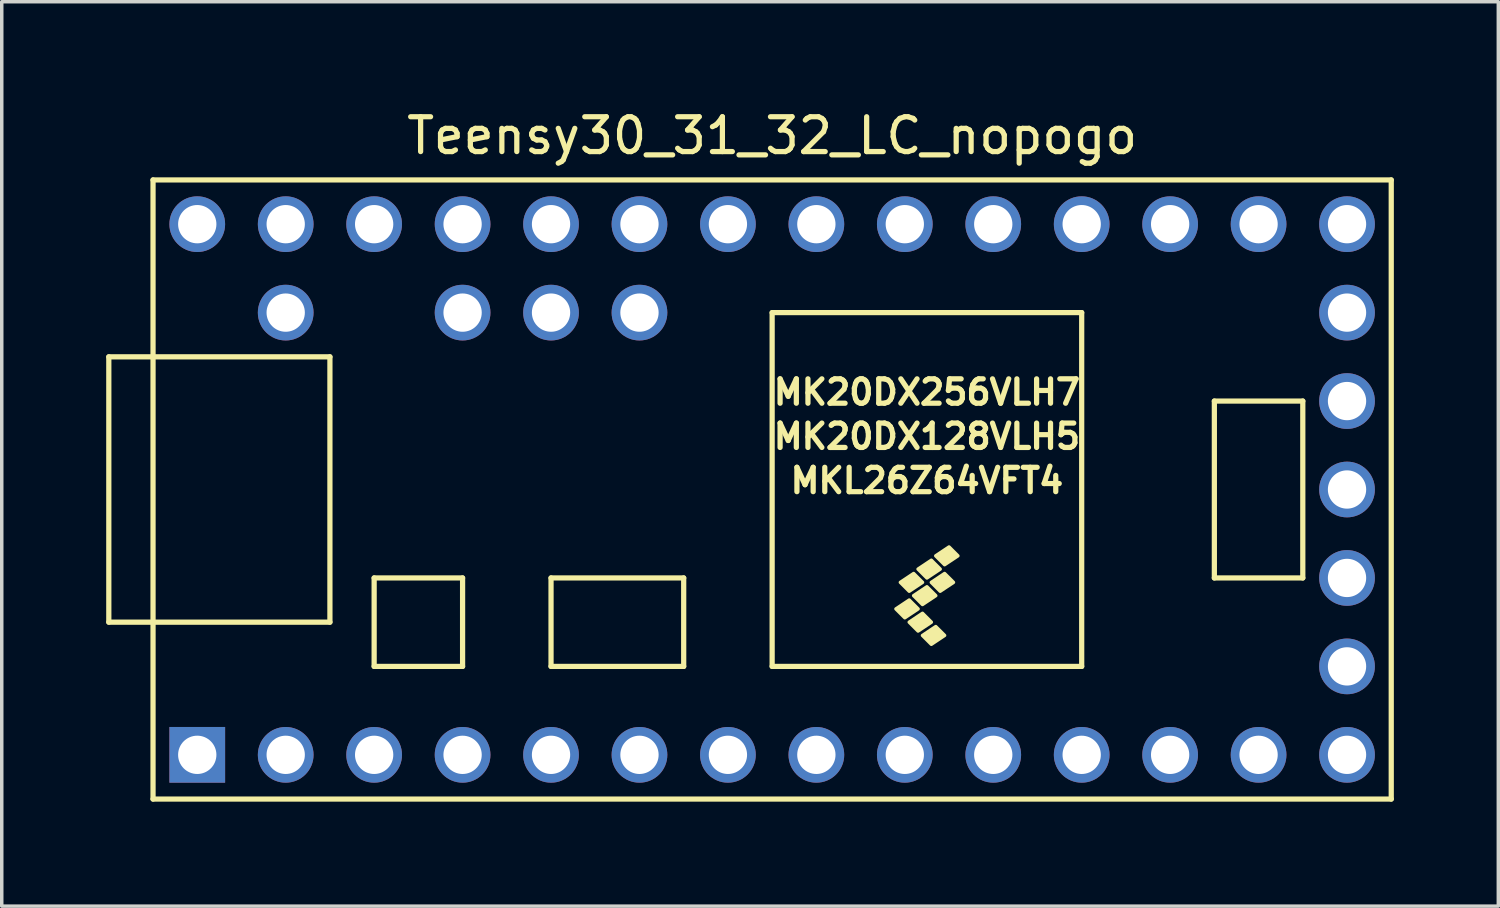
<source format=kicad_pcb>
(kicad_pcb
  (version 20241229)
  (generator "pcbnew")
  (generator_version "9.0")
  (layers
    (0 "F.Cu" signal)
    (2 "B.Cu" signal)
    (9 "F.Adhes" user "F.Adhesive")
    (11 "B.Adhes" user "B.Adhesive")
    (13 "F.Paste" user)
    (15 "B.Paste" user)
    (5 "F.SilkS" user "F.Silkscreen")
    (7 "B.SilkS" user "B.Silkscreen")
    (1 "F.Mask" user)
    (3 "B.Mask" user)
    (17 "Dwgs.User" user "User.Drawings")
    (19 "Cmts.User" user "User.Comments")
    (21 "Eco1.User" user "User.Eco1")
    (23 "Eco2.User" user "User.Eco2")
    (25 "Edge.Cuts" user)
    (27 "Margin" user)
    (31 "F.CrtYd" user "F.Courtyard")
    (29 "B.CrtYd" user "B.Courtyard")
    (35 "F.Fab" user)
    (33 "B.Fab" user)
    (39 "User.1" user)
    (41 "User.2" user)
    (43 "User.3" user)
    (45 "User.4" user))
  (footprint "Teensy30_31_32_LC_nopogo"
    (layer "F.Cu")
    (at 19.125 11.008)
    (property "Reference" "Teensy30_31_32_LC_nopogo" (at 0 -10.16 0) (layer "F.SilkS") (effects (font (size 1 1) (thickness 0.15))))
    (attr through_hole)
    (fp_line (start -19.05 -3.81) (end -17.78 -3.81) (stroke (width 0.15) (type solid)) (layer "F.SilkS"))
    (fp_line (start -19.05 3.81) (end -19.05 -3.81) (stroke (width 0.15) (type solid)) (layer "F.SilkS"))
    (fp_line (start -17.78 -8.89) (end 17.78 -8.89) (stroke (width 0.15) (type solid)) (layer "F.SilkS"))
    (fp_line (start -17.78 3.81) (end -19.05 3.81) (stroke (width 0.15) (type solid)) (layer "F.SilkS"))
    (fp_line (start -17.78 8.89) (end -17.78 -8.89) (stroke (width 0.15) (type solid)) (layer "F.SilkS"))
    (fp_line (start -12.7 -3.81) (end -17.78 -3.81) (stroke (width 0.15) (type solid)) (layer "F.SilkS"))
    (fp_line (start -12.7 3.81) (end -17.78 3.81) (stroke (width 0.15) (type solid)) (layer "F.SilkS"))
    (fp_line (start -12.7 3.81) (end -12.7 -3.81) (stroke (width 0.15) (type solid)) (layer "F.SilkS"))
    (fp_line (start -11.43 2.54) (end -11.43 5.08) (stroke (width 0.15) (type solid)) (layer "F.SilkS"))
    (fp_line (start -11.43 5.08) (end -8.89 5.08) (stroke (width 0.15) (type solid)) (layer "F.SilkS"))
    (fp_line (start -8.89 2.54) (end -11.43 2.54) (stroke (width 0.15) (type solid)) (layer "F.SilkS"))
    (fp_line (start -8.89 5.08) (end -8.89 2.54) (stroke (width 0.15) (type solid)) (layer "F.SilkS"))
    (fp_line (start -6.35 2.54) (end -6.35 5.08) (stroke (width 0.15) (type solid)) (layer "F.SilkS"))
    (fp_line (start -6.35 5.08) (end -2.54 5.08) (stroke (width 0.15) (type solid)) (layer "F.SilkS"))
    (fp_line (start -2.54 2.54) (end -6.35 2.54) (stroke (width 0.15) (type solid)) (layer "F.SilkS"))
    (fp_line (start -2.54 5.08) (end -2.54 2.54) (stroke (width 0.15) (type solid)) (layer "F.SilkS"))
    (fp_line (start 0 -5.08) (end 0 5.08) (stroke (width 0.15) (type solid)) (layer "F.SilkS"))
    (fp_line (start 8.89 -5.08) (end 0 -5.08) (stroke (width 0.15) (type solid)) (layer "F.SilkS"))
    (fp_line (start 8.89 5.08) (end 0 5.08) (stroke (width 0.15) (type solid)) (layer "F.SilkS"))
    (fp_line (start 8.89 5.08) (end 8.89 -5.08) (stroke (width 0.15) (type solid)) (layer "F.SilkS"))
    (fp_line (start 12.7 -2.54) (end 15.24 -2.54) (stroke (width 0.15) (type solid)) (layer "F.SilkS"))
    (fp_line (start 12.7 2.54) (end 12.7 -2.54) (stroke (width 0.15) (type solid)) (layer "F.SilkS"))
    (fp_line (start 15.24 -2.54) (end 15.24 2.54) (stroke (width 0.15) (type solid)) (layer "F.SilkS"))
    (fp_line (start 15.24 2.54) (end 12.7 2.54) (stroke (width 0.15) (type solid)) (layer "F.SilkS"))
    (fp_line (start 17.78 -8.89) (end 17.78 8.89) (stroke (width 0.15) (type solid)) (layer "F.SilkS"))
    (fp_line (start 17.78 8.89) (end -17.78 8.89) (stroke (width 0.15) (type solid)) (layer "F.SilkS"))
    (fp_poly (pts (xy 3.81 3.683) (xy 3.556 3.429) (xy 3.937 3.175) (xy 4.191 3.429)) (stroke (width 0.1) (type solid)) (fill yes) (layer "F.SilkS"))
    (fp_poly (pts (xy 3.937 2.921) (xy 3.683 2.667) (xy 4.064 2.413) (xy 4.318 2.667)) (stroke (width 0.1) (type solid)) (fill yes) (layer "F.SilkS"))
    (fp_poly (pts (xy 4.191 4.064) (xy 3.937 3.81) (xy 4.318 3.556) (xy 4.572 3.81)) (stroke (width 0.1) (type solid)) (fill yes) (layer "F.SilkS"))
    (fp_poly (pts (xy 4.318 3.302) (xy 4.064 3.048) (xy 4.445 2.794) (xy 4.699 3.048)) (stroke (width 0.1) (type solid)) (fill yes) (layer "F.SilkS"))
    (fp_poly (pts (xy 4.445 2.54) (xy 4.191 2.286) (xy 4.572 2.032) (xy 4.826 2.286)) (stroke (width 0.1) (type solid)) (fill yes) (layer "F.SilkS"))
    (fp_poly (pts (xy 4.572 4.445) (xy 4.318 4.191) (xy 4.699 3.937) (xy 4.953 4.191)) (stroke (width 0.1) (type solid)) (fill yes) (layer "F.SilkS"))
    (fp_poly (pts (xy 4.826 2.921) (xy 4.572 2.667) (xy 4.953 2.413) (xy 5.207 2.667)) (stroke (width 0.1) (type solid)) (fill yes) (layer "F.SilkS"))
    (fp_poly (pts (xy 4.953 2.159) (xy 4.699 1.905) (xy 5.08 1.651) (xy 5.334 1.905)) (stroke (width 0.1) (type solid)) (fill yes) (layer "F.SilkS"))
    (fp_text user "MK20DX128VLH5" (at 4.445 -1.524 0) (layer "F.SilkS") (effects (font (size 0.7 0.7) (thickness 0.15))))
    (fp_text user "MK20DX256VLH7" (at 4.445 -2.794 0) (layer "F.SilkS") (effects (font (size 0.7 0.7) (thickness 0.15))))
    (fp_text user "MKL26Z64VFT4" (at 4.445 -0.254 0) (layer "F.SilkS") (effects (font (size 0.7 0.7) (thickness 0.15))))
    (pad "1" thru_hole rect (at -16.51 7.62) (size 1.6 1.6) (drill 1.1) (layers "*.Cu" "*.Mask"))
    (pad "2" thru_hole circle (at -13.97 7.62) (size 1.6 1.6) (drill 1.1) (layers "*.Cu" "*.Mask"))
    (pad "3" thru_hole circle (at -11.43 7.62) (size 1.6 1.6) (drill 1.1) (layers "*.Cu" "*.Mask"))
    (pad "4" thru_hole circle (at -8.89 7.62) (size 1.6 1.6) (drill 1.1) (layers "*.Cu" "*.Mask"))
    (pad "5" thru_hole circle (at -6.35 7.62) (size 1.6 1.6) (drill 1.1) (layers "*.Cu" "*.Mask"))
    (pad "6" thru_hole circle (at -3.81 7.62) (size 1.6 1.6) (drill 1.1) (layers "*.Cu" "*.Mask"))
    (pad "7" thru_hole circle (at -1.27 7.62) (size 1.6 1.6) (drill 1.1) (layers "*.Cu" "*.Mask"))
    (pad "8" thru_hole circle (at 1.27 7.62) (size 1.6 1.6) (drill 1.1) (layers "*.Cu" "*.Mask"))
    (pad "9" thru_hole circle (at 3.81 7.62) (size 1.6 1.6) (drill 1.1) (layers "*.Cu" "*.Mask"))
    (pad "10" thru_hole circle (at 6.35 7.62) (size 1.6 1.6) (drill 1.1) (layers "*.Cu" "*.Mask"))
    (pad "11" thru_hole circle (at 8.89 7.62) (size 1.6 1.6) (drill 1.1) (layers "*.Cu" "*.Mask"))
    (pad "12" thru_hole circle (at 11.43 7.62) (size 1.6 1.6) (drill 1.1) (layers "*.Cu" "*.Mask"))
    (pad "13" thru_hole circle (at 13.97 7.62) (size 1.6 1.6) (drill 1.1) (layers "*.Cu" "*.Mask"))
    (pad "14" thru_hole circle (at 16.51 7.62) (size 1.6 1.6) (drill 1.1) (layers "*.Cu" "*.Mask"))
    (pad "15" thru_hole circle (at 16.51 5.08) (size 1.6 1.6) (drill 1.1) (layers "*.Cu" "*.Mask"))
    (pad "16" thru_hole circle (at 16.51 2.54) (size 1.6 1.6) (drill 1.1) (layers "*.Cu" "*.Mask"))
    (pad "17" thru_hole circle (at 16.51 0) (size 1.6 1.6) (drill 1.1) (layers "*.Cu" "*.Mask"))
    (pad "18" thru_hole circle (at 16.51 -2.54) (size 1.6 1.6) (drill 1.1) (layers "*.Cu" "*.Mask"))
    (pad "19" thru_hole circle (at 16.51 -5.08) (size 1.6 1.6) (drill 1.1) (layers "*.Cu" "*.Mask"))
    (pad "20" thru_hole circle (at 16.51 -7.62) (size 1.6 1.6) (drill 1.1) (layers "*.Cu" "*.Mask"))
    (pad "21" thru_hole circle (at 13.97 -7.62) (size 1.6 1.6) (drill 1.1) (layers "*.Cu" "*.Mask"))
    (pad "22" thru_hole circle (at 11.43 -7.62) (size 1.6 1.6) (drill 1.1) (layers "*.Cu" "*.Mask"))
    (pad "23" thru_hole circle (at 8.89 -7.62) (size 1.6 1.6) (drill 1.1) (layers "*.Cu" "*.Mask"))
    (pad "24" thru_hole circle (at 6.35 -7.62) (size 1.6 1.6) (drill 1.1) (layers "*.Cu" "*.Mask"))
    (pad "25" thru_hole circle (at 3.81 -7.62) (size 1.6 1.6) (drill 1.1) (layers "*.Cu" "*.Mask"))
    (pad "26" thru_hole circle (at 1.27 -7.62) (size 1.6 1.6) (drill 1.1) (layers "*.Cu" "*.Mask"))
    (pad "27" thru_hole circle (at -1.27 -7.62) (size 1.6 1.6) (drill 1.1) (layers "*.Cu" "*.Mask"))
    (pad "28" thru_hole circle (at -3.81 -7.62) (size 1.6 1.6) (drill 1.1) (layers "*.Cu" "*.Mask"))
    (pad "29" thru_hole circle (at -6.35 -7.62) (size 1.6 1.6) (drill 1.1) (layers "*.Cu" "*.Mask"))
    (pad "30" thru_hole circle (at -8.89 -7.62) (size 1.6 1.6) (drill 1.1) (layers "*.Cu" "*.Mask"))
    (pad "31" thru_hole circle (at -11.43 -7.62) (size 1.6 1.6) (drill 1.1) (layers "*.Cu" "*.Mask"))
    (pad "32" thru_hole circle (at -13.97 -7.62) (size 1.6 1.6) (drill 1.1) (layers "*.Cu" "*.Mask"))
    (pad "33" thru_hole circle (at -16.51 -7.62) (size 1.6 1.6) (drill 1.1) (layers "*.Cu" "*.Mask"))
    (pad "34" thru_hole circle (at -13.97 -5.08) (size 1.6 1.6) (drill 1.1) (layers "*.Cu" "*.Mask"))
    (pad "35" thru_hole circle (at -8.89 -5.08) (size 1.6 1.6) (drill 1.1) (layers "*.Cu" "*.Mask"))
    (pad "36" thru_hole circle (at -6.35 -5.08) (size 1.6 1.6) (drill 1.1) (layers "*.Cu" "*.Mask"))
    (pad "37" thru_hole circle (at -3.81 -5.08) (size 1.6 1.6) (drill 1.1) (layers "*.Cu" "*.Mask")))
  (gr_rect
    (start -3 -3)
    (end 39.98 22.973)
    (stroke (width 0.1) (type default))
    (fill no)
    (layer "Edge.Cuts")))
</source>
